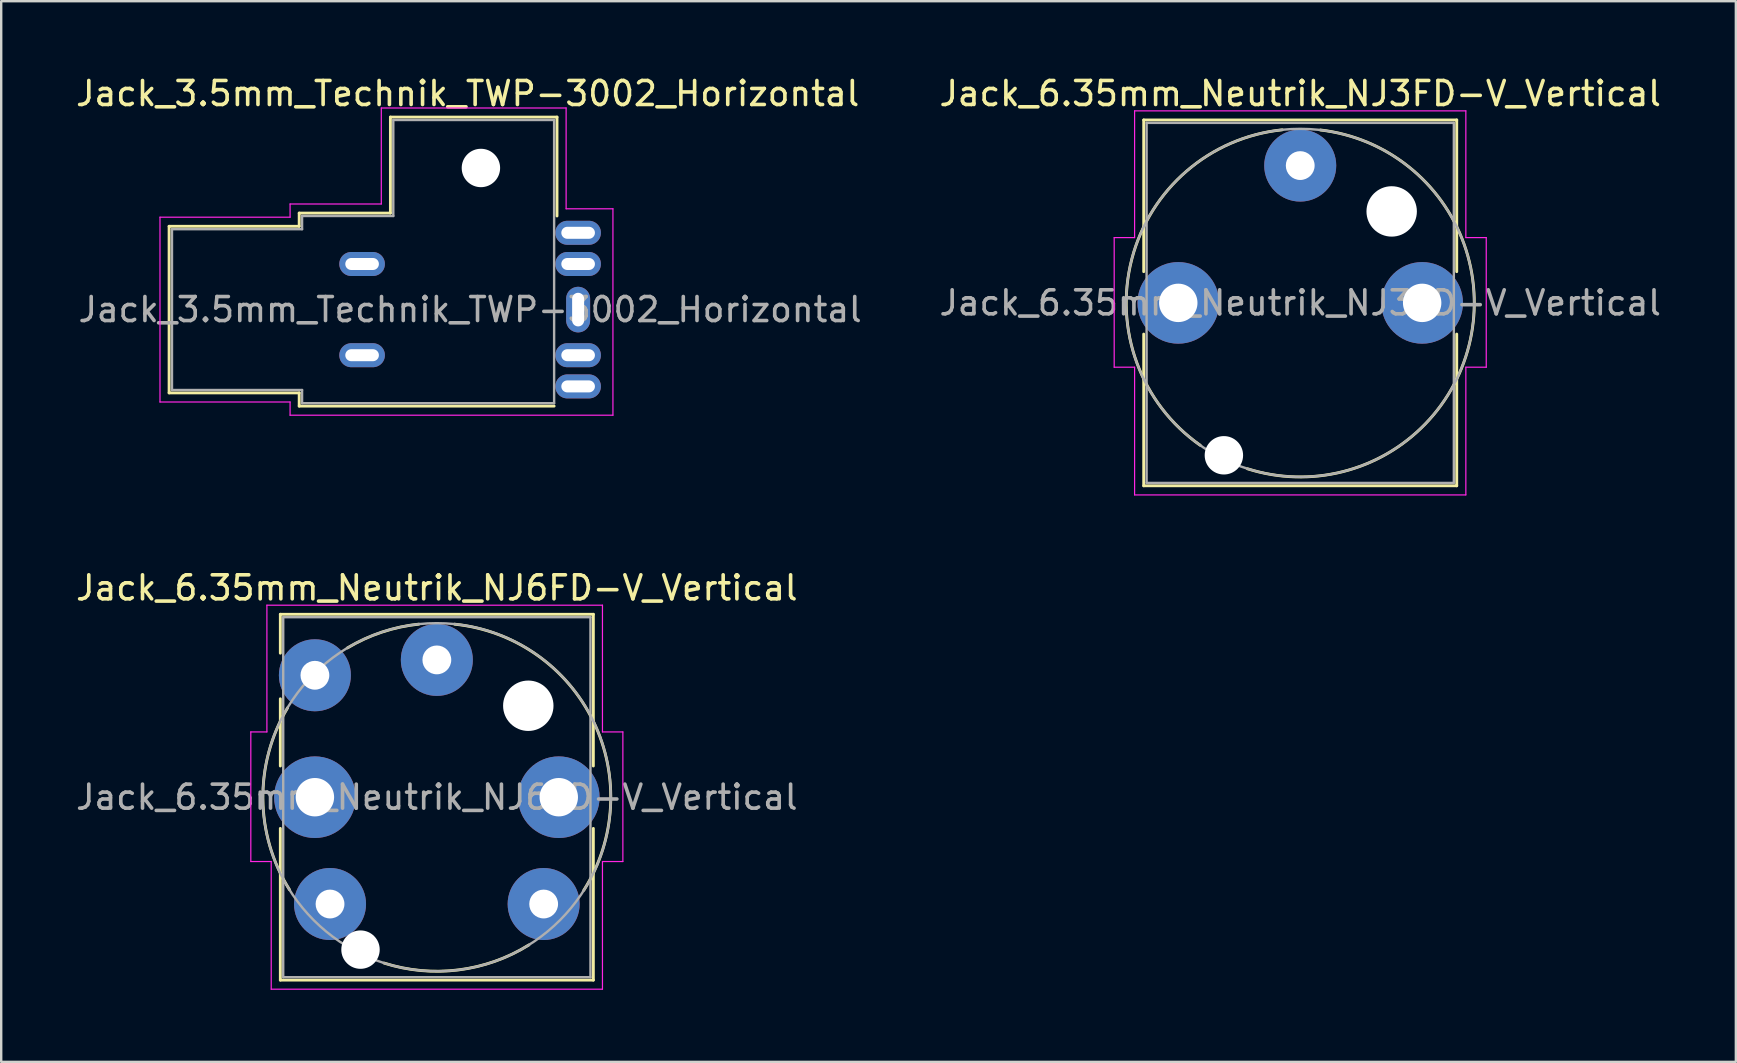
<source format=kicad_pcb>
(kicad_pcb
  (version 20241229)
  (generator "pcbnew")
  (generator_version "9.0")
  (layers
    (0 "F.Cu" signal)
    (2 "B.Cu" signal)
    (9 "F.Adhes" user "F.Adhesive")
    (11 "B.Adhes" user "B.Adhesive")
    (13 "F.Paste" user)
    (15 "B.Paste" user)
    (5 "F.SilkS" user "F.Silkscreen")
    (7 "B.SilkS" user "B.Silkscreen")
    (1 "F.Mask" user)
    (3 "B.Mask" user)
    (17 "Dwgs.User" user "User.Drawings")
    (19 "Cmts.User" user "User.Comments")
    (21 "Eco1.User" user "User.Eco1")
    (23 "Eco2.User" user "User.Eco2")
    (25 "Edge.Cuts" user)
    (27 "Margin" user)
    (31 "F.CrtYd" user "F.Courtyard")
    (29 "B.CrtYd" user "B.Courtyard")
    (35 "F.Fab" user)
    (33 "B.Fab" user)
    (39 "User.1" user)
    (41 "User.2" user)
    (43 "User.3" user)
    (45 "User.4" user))
  (footprint "Jack_6.35mm_Neutrik_NJ6FD-V_Vertical"
    (layer "F.Cu")
    (at 15.149 24.442)
    (property "Reference" "Jack_6.35mm_Neutrik_NJ6FD-V_Vertical" (at 0 -3 0) (layer "F.SilkS") (effects (font (size 1 1) (thickness 0.15))))
    (attr through_hole)
    (fp_line (start -6.52 -1.9) (end -6.52 -0.28) (stroke (width 0.12) (type solid)) (layer "F.SilkS"))
    (fp_line (start -6.52 -1.9) (end 6.52 -1.9) (stroke (width 0.12) (type solid)) (layer "F.SilkS"))
    (fp_line (start -6.52 1.62) (end -6.52 4.42) (stroke (width 0.12) (type solid)) (layer "F.SilkS"))
    (fp_line (start -6.52 7.02) (end -6.52 13.34) (stroke (width 0.12) (type solid)) (layer "F.SilkS"))
    (fp_line (start -6.52 13.34) (end 6.52 13.34) (stroke (width 0.12) (type solid)) (layer "F.SilkS"))
    (fp_line (start 6.52 -1.9) (end 6.52 4.42) (stroke (width 0.12) (type solid)) (layer "F.SilkS"))
    (fp_line (start 6.52 7.02) (end 6.52 13.34) (stroke (width 0.12) (type solid)) (layer "F.SilkS"))
    (fp_arc (start -6.138365 9.573216) (mid -7.247116 5.79812) (end -6.22 2) (stroke (width 0.12) (type solid)) (layer "F.SilkS"))
    (fp_arc (start -3.726809 -0.497515) (mid -2.292752 -1.156764) (end -0.75 -1.49) (stroke (width 0.12) (type solid)) (layer "F.SilkS"))
    (fp_arc (start 0.741615 -1.488246) (mid 6.519796 2.557554) (end 6.12 9.6) (stroke (width 0.12) (type solid)) (layer "F.SilkS"))
    (fp_arc (start 3.836366 11.873893) (mid 0.901303 12.915537) (end -2.2 12.63) (stroke (width 0.12) (type solid)) (layer "F.SilkS"))
    (fp_line (start -7.75 3) (end -7.75 8.4) (stroke (width 0.05) (type solid)) (layer "F.CrtYd"))
    (fp_line (start -7.08 -2.28) (end -7.08 3) (stroke (width 0.05) (type solid)) (layer "F.CrtYd"))
    (fp_line (start -7.08 -2.28) (end 6.9 -2.28) (stroke (width 0.05) (type solid)) (layer "F.CrtYd"))
    (fp_line (start -7.08 3) (end -7.75 3) (stroke (width 0.05) (type solid)) (layer "F.CrtYd"))
    (fp_line (start -6.9 8.4) (end -7.75 8.4) (stroke (width 0.05) (type solid)) (layer "F.CrtYd"))
    (fp_line (start -6.9 8.4) (end -6.9 13.72) (stroke (width 0.05) (type solid)) (layer "F.CrtYd"))
    (fp_line (start -6.9 13.72) (end 6.9 13.72) (stroke (width 0.05) (type solid)) (layer "F.CrtYd"))
    (fp_line (start 6.9 -2.28) (end 6.9 3) (stroke (width 0.05) (type solid)) (layer "F.CrtYd"))
    (fp_line (start 6.9 3) (end 7.75 3) (stroke (width 0.05) (type solid)) (layer "F.CrtYd"))
    (fp_line (start 6.9 8.4) (end 6.9 13.72) (stroke (width 0.05) (type solid)) (layer "F.CrtYd"))
    (fp_line (start 6.9 8.4) (end 7.75 8.4) (stroke (width 0.05) (type solid)) (layer "F.CrtYd"))
    (fp_line (start 7.75 3) (end 7.75 8.4) (stroke (width 0.05) (type solid)) (layer "F.CrtYd"))
    (fp_line (start -6.4 -1.78) (end -6.4 13.22) (stroke (width 0.1) (type solid)) (layer "F.Fab"))
    (fp_line (start -6.4 -1.78) (end 6.4 -1.78) (stroke (width 0.1) (type solid)) (layer "F.Fab"))
    (fp_line (start -6.4 13.22) (end 6.4 13.22) (stroke (width 0.1) (type solid)) (layer "F.Fab"))
    (fp_line (start 6.4 -1.78) (end 6.4 13.22) (stroke (width 0.1) (type solid)) (layer "F.Fab"))
    (fp_circle (center 0 5.72) (end -7.25 5.72) (stroke (width 0.1) (type solid)) (fill no) (layer "F.Fab"))
    (fp_text user "${REFERENCE}" (at 0 5.72 0) (layer "F.Fab") (effects (font (size 1 1) (thickness 0.15))))
    (pad "" np_thru_hole circle (at -3.18 12.07 180) (size 1.6 1.6) (drill 1.6) (layers "*.Cu" "*.Mask"))
    (pad "" np_thru_hole circle (at 3.81 1.91 180) (size 2.1 2.1) (drill 2.1) (layers "*.Cu" "*.Mask"))
    (pad "R" thru_hole circle (at 5.08 5.72 180) (size 3.4 3.4) (drill 1.6) (layers "*.Cu" "*.Mask"))
    (pad "RN" thru_hole circle (at 4.45 10.17 180) (size 3 3) (drill 1.2) (layers "*.Cu" "*.Mask"))
    (pad "S" thru_hole circle (at -5.08 5.72 180) (size 3.4 3.4) (drill 1.6) (layers "*.Cu" "*.Mask"))
    (pad "SN" thru_hole circle (at -4.45 10.17 180) (size 3 3) (drill 1.2) (layers "*.Cu" "*.Mask"))
    (pad "T" thru_hole circle (at 0 0 180) (size 3 3) (drill 1.2) (layers "*.Cu" "*.Mask"))
    (pad "TN" thru_hole circle (at -5.08 0.64 180) (size 3 3) (drill 1.2) (layers "*.Cu" "*.Mask")))
  (footprint "Jack_3.5mm_Technik_TWP-3002_Horizontal"
    (layer "F.Cu")
    (at 21.035 11.748)
    (property "Reference" "Jack_3.5mm_Technik_TWP-3002_Horizontal" (at -4.6 -10.9 0) (layer "F.SilkS") (effects (font (size 1 1) (thickness 0.15))))
    (attr through_hole)
    (fp_line (start -17.04 -5.37) (end -17.04 1.57) (stroke (width 0.12) (type solid)) (layer "F.SilkS"))
    (fp_line (start -17.04 1.57) (end -11.62 1.57) (stroke (width 0.12) (type solid)) (layer "F.SilkS"))
    (fp_line (start -11.62 -5.92) (end -11.62 -5.37) (stroke (width 0.12) (type solid)) (layer "F.SilkS"))
    (fp_line (start -11.62 -5.37) (end -17.04 -5.37) (stroke (width 0.12) (type solid)) (layer "F.SilkS"))
    (fp_line (start -11.62 1.57) (end -11.62 2.12) (stroke (width 0.12) (type solid)) (layer "F.SilkS"))
    (fp_line (start -11.62 2.12) (end -1 2.12) (stroke (width 0.12) (type solid)) (layer "F.SilkS"))
    (fp_line (start -7.82 -9.92) (end -7.82 -5.92) (stroke (width 0.12) (type solid)) (layer "F.SilkS"))
    (fp_line (start -7.82 -5.92) (end -11.62 -5.92) (stroke (width 0.12) (type solid)) (layer "F.SilkS"))
    (fp_line (start -0.88 -9.92) (end -7.82 -9.92) (stroke (width 0.12) (type solid)) (layer "F.SilkS"))
    (fp_line (start -0.88 -5.8) (end -0.88 -9.92) (stroke (width 0.12) (type solid)) (layer "F.SilkS"))
    (fp_line (start -17.42 -5.75) (end -12 -5.75) (stroke (width 0.05) (type solid)) (layer "F.CrtYd"))
    (fp_line (start -17.42 1.95) (end -17.42 -5.75) (stroke (width 0.05) (type solid)) (layer "F.CrtYd"))
    (fp_line (start -12 -6.3) (end -8.2 -6.3) (stroke (width 0.05) (type solid)) (layer "F.CrtYd"))
    (fp_line (start -12 -5.75) (end -12 -6.3) (stroke (width 0.05) (type solid)) (layer "F.CrtYd"))
    (fp_line (start -12 1.95) (end -17.42 1.95) (stroke (width 0.05) (type solid)) (layer "F.CrtYd"))
    (fp_line (start -12 1.95) (end -12 2.5) (stroke (width 0.05) (type solid)) (layer "F.CrtYd"))
    (fp_line (start -8.2 -10.3) (end -8.2 -6.3) (stroke (width 0.05) (type solid)) (layer "F.CrtYd"))
    (fp_line (start -8.2 -10.3) (end -0.5 -10.3) (stroke (width 0.05) (type solid)) (layer "F.CrtYd"))
    (fp_line (start -0.5 -10.3) (end -0.5 -6.1) (stroke (width 0.05) (type solid)) (layer "F.CrtYd"))
    (fp_line (start -0.5 -6.1) (end 1.45 -6.1) (stroke (width 0.05) (type solid)) (layer "F.CrtYd"))
    (fp_line (start 1.45 -6.1) (end 1.45 2.5) (stroke (width 0.05) (type solid)) (layer "F.CrtYd"))
    (fp_line (start 1.45 2.5) (end -12 2.5) (stroke (width 0.05) (type solid)) (layer "F.CrtYd"))
    (fp_line (start -16.92 -5.25) (end -16.92 1.45) (stroke (width 0.1) (type solid)) (layer "F.Fab"))
    (fp_line (start -16.92 1.45) (end -11.5 1.45) (stroke (width 0.1) (type solid)) (layer "F.Fab"))
    (fp_line (start -11.5 -5.8) (end -11.5 -5.25) (stroke (width 0.1) (type solid)) (layer "F.Fab"))
    (fp_line (start -11.5 -5.25) (end -16.92 -5.25) (stroke (width 0.1) (type solid)) (layer "F.Fab"))
    (fp_line (start -11.5 1.45) (end -11.5 2) (stroke (width 0.1) (type solid)) (layer "F.Fab"))
    (fp_line (start -11.5 2) (end -1 2) (stroke (width 0.1) (type solid)) (layer "F.Fab"))
    (fp_line (start -7.7 -9.8) (end -7.7 -5.8) (stroke (width 0.1) (type solid)) (layer "F.Fab"))
    (fp_line (start -7.7 -5.8) (end -11.5 -5.8) (stroke (width 0.1) (type solid)) (layer "F.Fab"))
    (fp_line (start -1 -9.8) (end -7.7 -9.8) (stroke (width 0.1) (type solid)) (layer "F.Fab"))
    (fp_line (start -1 2) (end -1 -9.8) (stroke (width 0.1) (type solid)) (layer "F.Fab"))
    (fp_text user "${REFERENCE}" (at -4.5 -1.9 0) (layer "F.Fab") (effects (font (size 1 1) (thickness 0.15))))
    (pad "" thru_hole oval (at -9 -3.8) (size 1.9 1) (drill oval 1.4 0.5) (layers "*.Cu" "*.Mask"))
    (pad "" thru_hole oval (at -9 0) (size 1.9 1) (drill oval 1.4 0.5) (layers "*.Cu" "*.Mask"))
    (pad "" np_thru_hole circle (at -4.05 -7.8) (size 1.6 1.6) (drill 1.6) (layers "*.Cu" "*.Mask"))
    (pad "R1" thru_hole oval (at 0 -1.9) (size 1 1.9) (drill oval 0.5 1.4) (layers "*.Cu" "*.Mask"))
    (pad "R2" thru_hole oval (at 0 -5.1) (size 1.9 1) (drill oval 1.4 0.5) (layers "*.Cu" "*.Mask"))
    (pad "S" thru_hole oval (at 0 1.3) (size 1.9 1) (drill oval 1.4 0.5) (layers "*.Cu" "*.Mask"))
    (pad "T" thru_hole oval (at 0 -3.8) (size 1.9 1) (drill oval 1.4 0.5) (layers "*.Cu" "*.Mask"))
    (pad "T" thru_hole oval (at 0 0) (size 1.9 1) (drill oval 1.4 0.5) (layers "*.Cu" "*.Mask")))
  (footprint "Jack_6.35mm_Neutrik_NJ3FD-V_Vertical"
    (layer "F.Cu")
    (at 51.118 3.848)
    (property "Reference" "Jack_6.35mm_Neutrik_NJ3FD-V_Vertical" (at 0 -3 0) (layer "F.SilkS") (effects (font (size 1 1) (thickness 0.15))))
    (attr through_hole)
    (fp_line (start -6.52 -1.9) (end -6.52 4.42) (stroke (width 0.12) (type solid)) (layer "F.SilkS"))
    (fp_line (start -6.52 -1.9) (end 6.52 -1.9) (stroke (width 0.12) (type solid)) (layer "F.SilkS"))
    (fp_line (start -6.52 7.02) (end -6.52 13.34) (stroke (width 0.12) (type solid)) (layer "F.SilkS"))
    (fp_line (start -6.52 13.34) (end 6.52 13.34) (stroke (width 0.12) (type solid)) (layer "F.SilkS"))
    (fp_line (start 6.52 -1.9) (end 6.52 4.42) (stroke (width 0.12) (type solid)) (layer "F.SilkS"))
    (fp_line (start 6.52 7.02) (end 6.52 13.34) (stroke (width 0.12) (type solid)) (layer "F.SilkS"))
    (fp_arc (start -4.164153 11.6535) (mid -7.016062 3.897509) (end -0.75 -1.49) (stroke (width 0.12) (type solid)) (layer "F.SilkS"))
    (fp_arc (start 0.84109 -1.482824) (mid 7.089049 7.247578) (end -2.2 12.63) (stroke (width 0.12) (type solid)) (layer "F.SilkS"))
    (fp_line (start -7.75 3) (end -7.75 8.4) (stroke (width 0.05) (type solid)) (layer "F.CrtYd"))
    (fp_line (start -6.9 -2.28) (end -6.9 3) (stroke (width 0.05) (type solid)) (layer "F.CrtYd"))
    (fp_line (start -6.9 -2.28) (end 6.9 -2.28) (stroke (width 0.05) (type solid)) (layer "F.CrtYd"))
    (fp_line (start -6.9 3) (end -7.75 3) (stroke (width 0.05) (type solid)) (layer "F.CrtYd"))
    (fp_line (start -6.9 8.4) (end -7.75 8.4) (stroke (width 0.05) (type solid)) (layer "F.CrtYd"))
    (fp_line (start -6.9 8.4) (end -6.9 13.72) (stroke (width 0.05) (type solid)) (layer "F.CrtYd"))
    (fp_line (start -6.9 13.72) (end 6.9 13.72) (stroke (width 0.05) (type solid)) (layer "F.CrtYd"))
    (fp_line (start 6.9 -2.28) (end 6.9 3) (stroke (width 0.05) (type solid)) (layer "F.CrtYd"))
    (fp_line (start 6.9 3) (end 7.75 3) (stroke (width 0.05) (type solid)) (layer "F.CrtYd"))
    (fp_line (start 6.9 8.4) (end 6.9 13.72) (stroke (width 0.05) (type solid)) (layer "F.CrtYd"))
    (fp_line (start 6.9 8.4) (end 7.75 8.4) (stroke (width 0.05) (type solid)) (layer "F.CrtYd"))
    (fp_line (start 7.75 3) (end 7.75 8.4) (stroke (width 0.05) (type solid)) (layer "F.CrtYd"))
    (fp_line (start -6.4 -1.78) (end -6.4 13.22) (stroke (width 0.1) (type solid)) (layer "F.Fab"))
    (fp_line (start -6.4 -1.78) (end 6.4 -1.78) (stroke (width 0.1) (type solid)) (layer "F.Fab"))
    (fp_line (start -6.4 13.22) (end 6.4 13.22) (stroke (width 0.1) (type solid)) (layer "F.Fab"))
    (fp_line (start 6.4 -1.78) (end 6.4 13.22) (stroke (width 0.1) (type solid)) (layer "F.Fab"))
    (fp_circle (center 0 5.72) (end -7.25 5.72) (stroke (width 0.1) (type solid)) (fill no) (layer "F.Fab"))
    (fp_text user "${REFERENCE}" (at 0 5.72 0) (layer "F.Fab") (effects (font (size 1 1) (thickness 0.15))))
    (pad "" np_thru_hole circle (at -3.18 12.07 180) (size 1.6 1.6) (drill 1.6) (layers "*.Cu" "*.Mask"))
    (pad "" np_thru_hole circle (at 3.81 1.91 180) (size 2.1 2.1) (drill 2.1) (layers "*.Cu" "*.Mask"))
    (pad "R" thru_hole circle (at 5.08 5.72 180) (size 3.4 3.4) (drill 1.6) (layers "*.Cu" "*.Mask"))
    (pad "S" thru_hole circle (at -5.08 5.72 180) (size 3.4 3.4) (drill 1.6) (layers "*.Cu" "*.Mask"))
    (pad "T" thru_hole circle (at 0 0 180) (size 3 3) (drill 1.2) (layers "*.Cu" "*.Mask")))
  (gr_rect
    (start -3 -3)
    (end 69.267 41.187)
    (stroke (width 0.1) (type default))
    (fill no)
    (layer "Edge.Cuts")))
</source>
